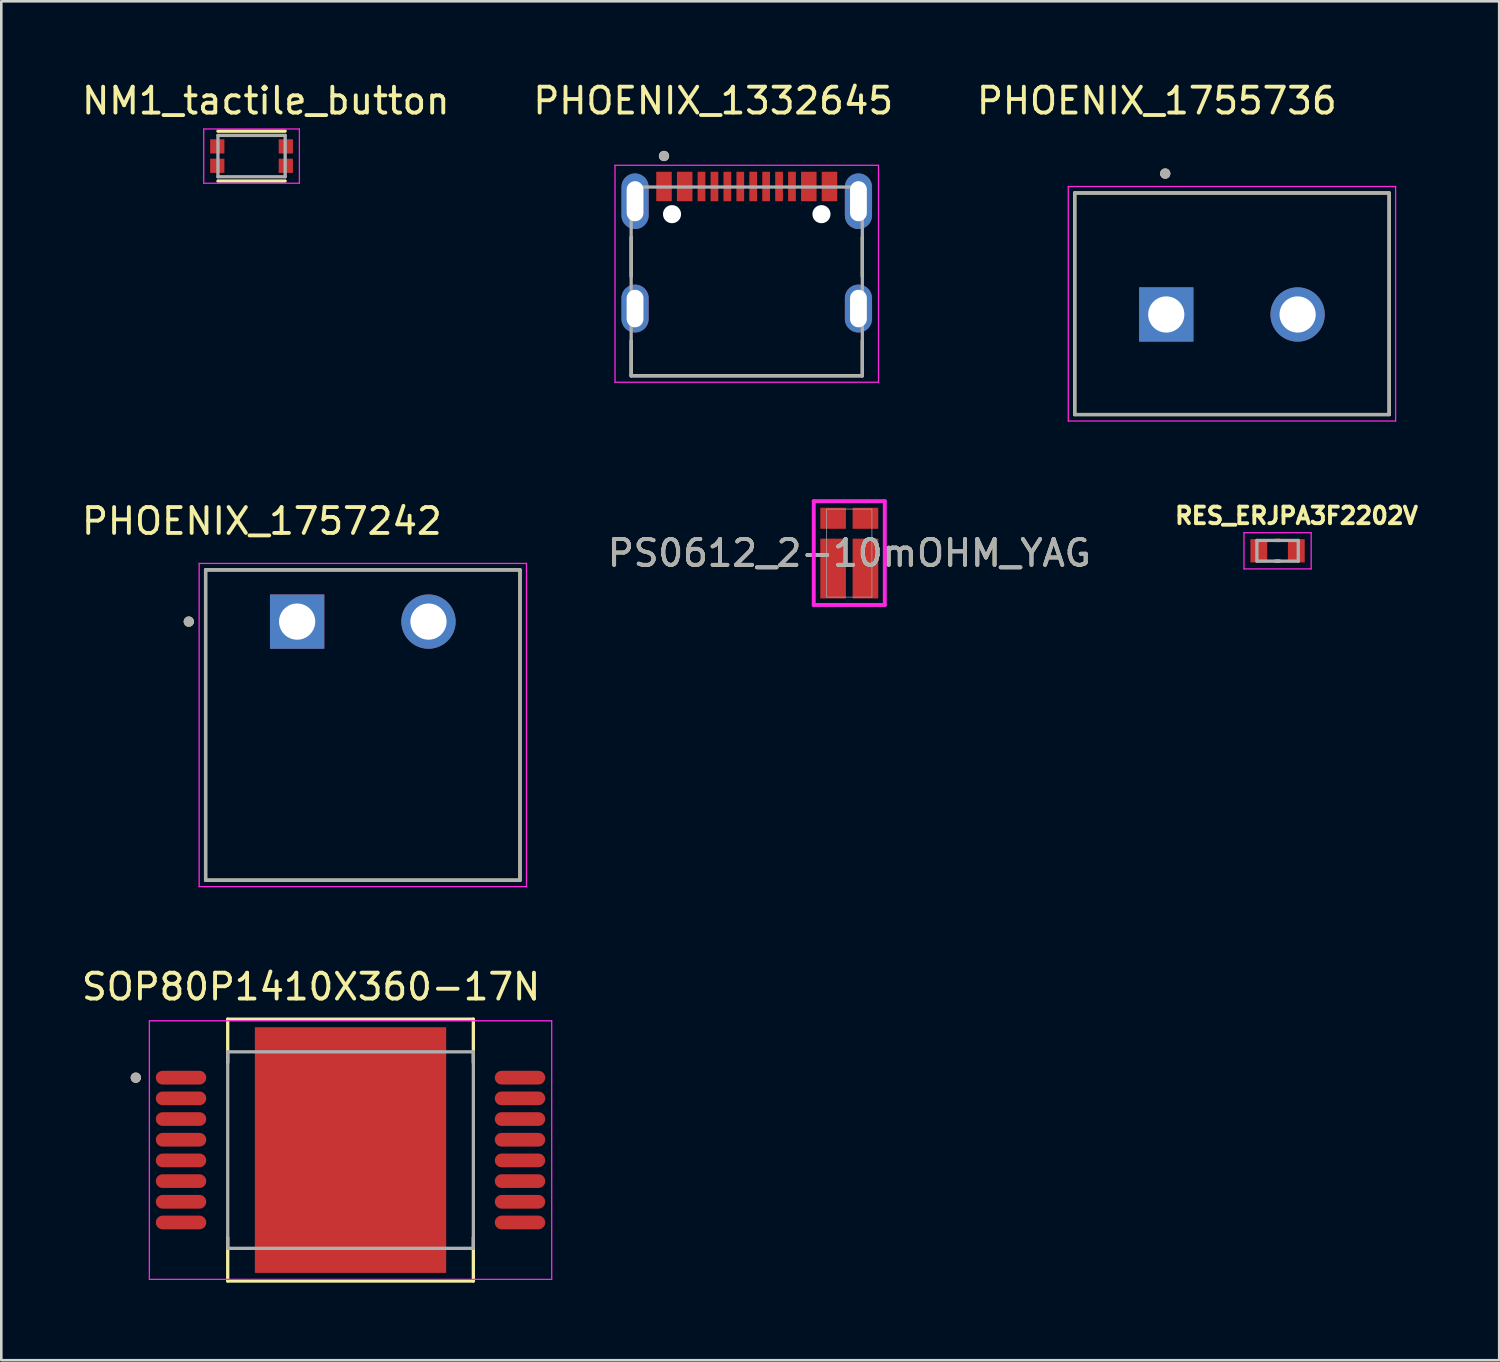
<source format=kicad_pcb>
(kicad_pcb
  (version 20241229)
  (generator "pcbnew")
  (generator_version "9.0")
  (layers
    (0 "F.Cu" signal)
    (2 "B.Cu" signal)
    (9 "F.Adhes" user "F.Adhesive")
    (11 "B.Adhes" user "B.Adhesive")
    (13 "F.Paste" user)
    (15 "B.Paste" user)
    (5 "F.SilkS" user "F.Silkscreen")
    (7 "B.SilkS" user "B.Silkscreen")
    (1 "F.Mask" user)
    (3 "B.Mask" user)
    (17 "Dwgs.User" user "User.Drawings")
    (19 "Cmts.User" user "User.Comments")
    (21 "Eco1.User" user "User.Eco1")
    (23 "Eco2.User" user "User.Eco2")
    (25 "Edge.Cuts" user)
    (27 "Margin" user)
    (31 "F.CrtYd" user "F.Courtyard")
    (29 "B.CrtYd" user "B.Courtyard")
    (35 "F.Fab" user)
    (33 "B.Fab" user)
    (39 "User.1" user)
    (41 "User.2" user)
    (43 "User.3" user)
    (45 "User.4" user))
  (footprint "RES_ERJPA3F2202V"
    (layer "F.Cu")
    (at 46.361 18.252)
    (property "Reference" "RES_ERJPA3F2202V" (at 0.732 -1.356 0) (layer "F.SilkS") (effects (font (size 0.64 0.64) (thickness 0.15))))
    (attr smd)
    (fp_line (start -0.08 -0.4) (end 0.08 -0.4) (stroke (width 0.127) (type solid)) (layer "F.SilkS"))
    (fp_line (start -0.08 0.4) (end 0.08 0.4) (stroke (width 0.127) (type solid)) (layer "F.SilkS"))
    (fp_line (start -1.3 -0.7) (end -1.3 0.7) (stroke (width 0.05) (type solid)) (layer "F.CrtYd"))
    (fp_line (start -1.3 0.7) (end 1.3 0.7) (stroke (width 0.05) (type solid)) (layer "F.CrtYd"))
    (fp_line (start 1.3 -0.7) (end -1.3 -0.7) (stroke (width 0.05) (type solid)) (layer "F.CrtYd"))
    (fp_line (start 1.3 0.7) (end 1.3 -0.7) (stroke (width 0.05) (type solid)) (layer "F.CrtYd"))
    (fp_line (start -0.8 -0.4) (end -0.8 0.4) (stroke (width 0.127) (type solid)) (layer "F.Fab"))
    (fp_line (start -0.8 -0.4) (end 0.8 -0.4) (stroke (width 0.127) (type solid)) (layer "F.Fab"))
    (fp_line (start -0.8 0.4) (end 0.8 0.4) (stroke (width 0.127) (type solid)) (layer "F.Fab"))
    (fp_line (start 0.8 -0.4) (end 0.8 0.4) (stroke (width 0.127) (type solid)) (layer "F.Fab"))
    (pad "1" smd rect (at -0.725 0) (size 0.65 0.9) (layers "F.Cu" "F.Mask" "F.Paste"))
    (pad "2" smd rect (at 0.725 0) (size 0.65 0.9) (layers "F.Cu" "F.Mask" "F.Paste")))
  (footprint "PHOENIX_1332645"
    (layer "F.Cu")
    (at 21.361 11.483)
    (property "Reference" "PHOENIX_1332645" (at 3.175 -10.635 0) (layer "F.SilkS") (effects (font (size 1 1) (thickness 0.15))))
    (attr smd)
    (fp_line (start 0 -3.845) (end 0 -5.355) (stroke (width 0.127) (type solid)) (layer "F.SilkS"))
    (fp_line (start 0 0) (end 0 -1.355) (stroke (width 0.127) (type solid)) (layer "F.SilkS"))
    (fp_line (start 8.94 -3.845) (end 8.94 -5.355) (stroke (width 0.127) (type solid)) (layer "F.SilkS"))
    (fp_line (start 8.94 -1.355) (end 8.94 0) (stroke (width 0.127) (type solid)) (layer "F.SilkS"))
    (fp_line (start 8.94 0) (end 0 0) (stroke (width 0.127) (type solid)) (layer "F.SilkS"))
    (fp_circle (center 1.27 -8.5) (end 1.37 -8.5) (stroke (width 0.2) (type solid)) (fill no) (layer "F.SilkS"))
    (fp_line (start -0.625 -8.14) (end -0.625 0.25) (stroke (width 0.05) (type solid)) (layer "F.CrtYd"))
    (fp_line (start -0.625 0.25) (end 9.565 0.25) (stroke (width 0.05) (type solid)) (layer "F.CrtYd"))
    (fp_line (start 9.565 -8.14) (end -0.625 -8.14) (stroke (width 0.05) (type solid)) (layer "F.CrtYd"))
    (fp_line (start 9.565 0.25) (end 9.565 -8.14) (stroke (width 0.05) (type solid)) (layer "F.CrtYd"))
    (fp_line (start 0 -7.3) (end 8.94 -7.3) (stroke (width 0.127) (type solid)) (layer "F.Fab"))
    (fp_line (start 0 0) (end 0 -7.3) (stroke (width 0.127) (type solid)) (layer "F.Fab"))
    (fp_line (start 8.94 -7.3) (end 8.94 0) (stroke (width 0.127) (type solid)) (layer "F.Fab"))
    (fp_line (start 8.94 0) (end 0 0) (stroke (width 0.127) (type solid)) (layer "F.Fab"))
    (fp_circle (center 1.27 -8.5) (end 1.37 -8.5) (stroke (width 0.2) (type solid)) (fill no) (layer "F.Fab"))
    (pad "" np_thru_hole circle (at 1.58 -6.25) (size 0.7 0.7) (drill 0.7) (layers "*.Cu" "*.Mask"))
    (pad "" np_thru_hole circle (at 7.36 -6.25) (size 0.7 0.7) (drill 0.7) (layers "*.Cu" "*.Mask"))
    (pad "A1_B12" smd rect (at 1.27 -7.32) (size 0.6 1.14) (layers "F.Cu" "F.Mask" "F.Paste"))
    (pad "A4_B9" smd rect (at 2.07 -7.32) (size 0.6 1.14) (layers "F.Cu" "F.Mask" "F.Paste"))
    (pad "A5" smd rect (at 3.22 -7.32) (size 0.3 1.14) (layers "F.Cu" "F.Mask" "F.Paste"))
    (pad "A6" smd rect (at 4.22 -7.32) (size 0.3 1.14) (layers "F.Cu" "F.Mask" "F.Paste"))
    (pad "A7" smd rect (at 4.72 -7.32) (size 0.3 1.14) (layers "F.Cu" "F.Mask" "F.Paste"))
    (pad "A8" smd rect (at 5.72 -7.32) (size 0.3 1.14) (layers "F.Cu" "F.Mask" "F.Paste"))
    (pad "B1_A12" smd rect (at 7.67 -7.32) (size 0.6 1.14) (layers "F.Cu" "F.Mask" "F.Paste"))
    (pad "B4_A9" smd rect (at 6.87 -7.32) (size 0.6 1.14) (layers "F.Cu" "F.Mask" "F.Paste"))
    (pad "B5" smd rect (at 6.22 -7.32) (size 0.3 1.14) (layers "F.Cu" "F.Mask" "F.Paste"))
    (pad "B6" smd rect (at 5.22 -7.32) (size 0.3 1.14) (layers "F.Cu" "F.Mask" "F.Paste"))
    (pad "B7" smd rect (at 3.72 -7.32) (size 0.3 1.14) (layers "F.Cu" "F.Mask" "F.Paste"))
    (pad "B8" smd rect (at 2.72 -7.32) (size 0.3 1.14) (layers "F.Cu" "F.Mask" "F.Paste"))
    (pad "SH1" thru_hole oval (at 0.15 -6.75) (size 1.05 2.15) (drill oval 0.65 1.55) (layers "*.Cu" "*.Mask"))
    (pad "SH2" thru_hole oval (at 8.79 -6.75) (size 1.05 2.15) (drill oval 0.65 1.55) (layers "*.Cu" "*.Mask"))
    (pad "SH3" thru_hole oval (at 0.15 -2.6) (size 1.05 1.85) (drill oval 0.65 1.45) (layers "*.Cu" "*.Mask"))
    (pad "SH4" thru_hole oval (at 8.79 -2.6) (size 1.05 1.85) (drill oval 0.65 1.45) (layers "*.Cu" "*.Mask")))
  (footprint "PHOENIX_1755736"
    (layer "F.Cu")
    (at 38.516 12.983)
    (property "Reference" "PHOENIX_1755736" (at 3.175 -12.135 0) (layer "F.SilkS") (effects (font (size 1 1) (thickness 0.15))))
    (attr through_hole)
    (fp_line (start 0 -8.57) (end 12.16 -8.57) (stroke (width 0.127) (type solid)) (layer "F.SilkS"))
    (fp_line (start 0 0) (end 0 -8.57) (stroke (width 0.127) (type solid)) (layer "F.SilkS"))
    (fp_line (start 12.16 -8.57) (end 12.16 0) (stroke (width 0.127) (type solid)) (layer "F.SilkS"))
    (fp_line (start 12.16 0) (end 0 0) (stroke (width 0.127) (type solid)) (layer "F.SilkS"))
    (fp_circle (center 3.5 -9.32) (end 3.6 -9.32) (stroke (width 0.2) (type solid)) (fill no) (layer "F.SilkS"))
    (fp_line (start -0.25 -8.82) (end 12.41 -8.82) (stroke (width 0.05) (type solid)) (layer "F.CrtYd"))
    (fp_line (start -0.25 0.25) (end -0.25 -8.82) (stroke (width 0.05) (type solid)) (layer "F.CrtYd"))
    (fp_line (start 12.41 -8.82) (end 12.41 0.25) (stroke (width 0.05) (type solid)) (layer "F.CrtYd"))
    (fp_line (start 12.41 0.25) (end -0.25 0.25) (stroke (width 0.05) (type solid)) (layer "F.CrtYd"))
    (fp_line (start 0 -8.57) (end 12.16 -8.57) (stroke (width 0.127) (type solid)) (layer "F.Fab"))
    (fp_line (start 0 0) (end 0 -8.57) (stroke (width 0.127) (type solid)) (layer "F.Fab"))
    (fp_line (start 12.16 -8.57) (end 12.16 0) (stroke (width 0.127) (type solid)) (layer "F.Fab"))
    (fp_line (start 12.16 0) (end 0 0) (stroke (width 0.127) (type solid)) (layer "F.Fab"))
    (fp_circle (center 3.5 -9.32) (end 3.6 -9.32) (stroke (width 0.2) (type solid)) (fill no) (layer "F.Fab"))
    (pad "1" thru_hole rect (at 3.54 -3.87) (size 2.1 2.1) (drill 1.4) (layers "*.Cu" "*.Mask"))
    (pad "2" thru_hole circle (at 8.62 -3.87) (size 2.1 2.1) (drill 1.4) (layers "*.Cu" "*.Mask")))
  (footprint "NM1_tactile_button"
    (layer "F.Cu")
    (at 6.679 2.987)
    (property "Reference" "NM1_tactile_button" (at 0.551 -2.138 0) (layer "F.SilkS") (effects (font (size 1.001 1.001) (thickness 0.15))))
    (attr smd)
    (fp_line (start -1.3 -0.964) (end 1.3 -0.964) (stroke (width 0.127) (type solid)) (layer "F.SilkS"))
    (fp_line (start -1.3 0.964) (end 1.3 0.964) (stroke (width 0.127) (type solid)) (layer "F.SilkS"))
    (fp_poly (pts (xy -1.55 -0.6) (xy -1.1 -0.6) (xy -1.1 -0.15) (xy -1.55 -0.15)) (stroke (width 0.01) (type solid)) (fill yes) (layer "F.Paste"))
    (fp_poly (pts (xy -1.55 0.15) (xy -1.1 0.15) (xy -1.1 0.6) (xy -1.55 0.6)) (stroke (width 0.01) (type solid)) (fill yes) (layer "F.Paste"))
    (fp_poly (pts (xy 1.1 -0.6) (xy 1.55 -0.6) (xy 1.55 -0.15) (xy 1.1 -0.15)) (stroke (width 0.01) (type solid)) (fill yes) (layer "F.Paste"))
    (fp_poly (pts (xy 1.1 0.15) (xy 1.55 0.15) (xy 1.55 0.6) (xy 1.1 0.6)) (stroke (width 0.01) (type solid)) (fill yes) (layer "F.Paste"))
    (fp_line (start -1.85 -1.05) (end 1.85 -1.05) (stroke (width 0.05) (type solid)) (layer "F.CrtYd"))
    (fp_line (start -1.85 1.05) (end -1.85 -1.05) (stroke (width 0.05) (type solid)) (layer "F.CrtYd"))
    (fp_line (start 1.85 -1.05) (end 1.85 1.05) (stroke (width 0.05) (type solid)) (layer "F.CrtYd"))
    (fp_line (start 1.85 1.05) (end -1.85 1.05) (stroke (width 0.05) (type solid)) (layer "F.CrtYd"))
    (fp_line (start -1.3 -0.8) (end 1.3 -0.8) (stroke (width 0.127) (type solid)) (layer "F.Fab"))
    (fp_line (start -1.3 0.8) (end -1.3 -0.8) (stroke (width 0.127) (type solid)) (layer "F.Fab"))
    (fp_line (start 1.3 -0.8) (end 1.3 0.8) (stroke (width 0.127) (type solid)) (layer "F.Fab"))
    (fp_line (start 1.3 0.8) (end -1.3 0.8) (stroke (width 0.127) (type solid)) (layer "F.Fab"))
    (pad "A1" smd rect (at -1.325 -0.375) (size 0.55 0.55) (layers "F.Cu" "F.Mask"))
    (pad "A2" smd rect (at -1.325 0.375) (size 0.55 0.55) (layers "F.Cu" "F.Mask"))
    (pad "B1" smd rect (at 1.325 -0.375) (size 0.55 0.55) (layers "F.Cu" "F.Mask"))
    (pad "B2" smd rect (at 1.325 0.375) (size 0.55 0.55) (layers "F.Cu" "F.Mask"))
    (zone (net_name "") (layer "F.Cu") (hatch full 0.508) (connect_pads) (min_thickness 0.01) (filled_areas_thickness no) (keepout (tracks not_allowed) (vias not_allowed) (pads not_allowed) (copperpour not_allowed) (footprints allowed)) (placement (enabled no)) (fill) (polygon (pts (xy 5.676 2.187) (xy 7.679 2.187) (xy 7.679 3.789) (xy 5.676 3.789)))))
  (footprint "PHOENIX_1757242"
    (layer "F.Cu")
    (at 4.902 30.991)
    (property "Reference" "PHOENIX_1757242" (at 2.175 -13.885 0) (layer "F.SilkS") (effects (font (size 1 1) (thickness 0.15))))
    (attr through_hole)
    (fp_line (start 0 0) (end 0 -12) (stroke (width 0.127) (type solid)) (layer "F.SilkS"))
    (fp_line (start 12.16 -12) (end 0 -12) (stroke (width 0.127) (type solid)) (layer "F.SilkS"))
    (fp_line (start 12.16 -12) (end 12.16 0) (stroke (width 0.127) (type solid)) (layer "F.SilkS"))
    (fp_line (start 12.16 0) (end 0 0) (stroke (width 0.127) (type solid)) (layer "F.SilkS"))
    (fp_circle (center -0.65 -10) (end -0.55 -10) (stroke (width 0.2) (type solid)) (fill no) (layer "F.SilkS"))
    (fp_line (start -0.25 -12.25) (end 12.41 -12.25) (stroke (width 0.05) (type solid)) (layer "F.CrtYd"))
    (fp_line (start -0.25 0.25) (end -0.25 -12.25) (stroke (width 0.05) (type solid)) (layer "F.CrtYd"))
    (fp_line (start 12.41 -12.25) (end 12.41 0.25) (stroke (width 0.05) (type solid)) (layer "F.CrtYd"))
    (fp_line (start 12.41 0.25) (end -0.25 0.25) (stroke (width 0.05) (type solid)) (layer "F.CrtYd"))
    (fp_line (start 0 -12) (end 12.16 -12) (stroke (width 0.127) (type solid)) (layer "F.Fab"))
    (fp_line (start 0 0) (end 0 -12) (stroke (width 0.127) (type solid)) (layer "F.Fab"))
    (fp_line (start 12.16 -12) (end 12.16 0) (stroke (width 0.127) (type solid)) (layer "F.Fab"))
    (fp_line (start 12.16 0) (end 0 0) (stroke (width 0.127) (type solid)) (layer "F.Fab"))
    (fp_circle (center -0.65 -10) (end -0.55 -10) (stroke (width 0.2) (type solid)) (fill no) (layer "F.Fab"))
    (pad "01" thru_hole rect (at 3.54 -10) (size 2.1 2.1) (drill 1.4) (layers "*.Cu" "*.Mask"))
    (pad "02" thru_hole circle (at 8.62 -10) (size 2.1 2.1) (drill 1.4) (layers "*.Cu" "*.Mask")))
  (footprint "PS0612_2-10mOHM_YAG"
    (layer "F.Cu")
    (at 29.796 18.341)
    (property "Reference" "PS0612_2-10mOHM_YAG" (at 0 0 0) (unlocked yes) (layer "F.SilkS") (effects (font (size 1 1) (thickness 0.15))))
    (attr smd)
    (fp_line (start -1.374 -2.007) (end 1.374 -2.007) (stroke (width 0.152) (type solid)) (layer "F.CrtYd"))
    (fp_line (start -1.374 2.007) (end -1.374 -2.007) (stroke (width 0.152) (type solid)) (layer "F.CrtYd"))
    (fp_line (start 1.374 -2.007) (end 1.374 2.007) (stroke (width 0.152) (type solid)) (layer "F.CrtYd"))
    (fp_line (start 1.374 2.007) (end -1.374 2.007) (stroke (width 0.152) (type solid)) (layer "F.CrtYd"))
    (fp_line (start -0.876 -1.702) (end -0.876 1.702) (stroke (width 0.025) (type solid)) (layer "F.Fab"))
    (fp_line (start -0.876 1.702) (end 0.876 1.702) (stroke (width 0.025) (type solid)) (layer "F.Fab"))
    (fp_line (start 0.876 -1.702) (end -0.876 -1.702) (stroke (width 0.025) (type solid)) (layer "F.Fab"))
    (fp_line (start 0.876 1.702) (end 0.876 -1.702) (stroke (width 0.025) (type solid)) (layer "F.Fab"))
    (fp_text user "${REFERENCE}" (at 0 0 0) (unlocked yes) (layer "F.Fab") (effects (font (size 1 1) (thickness 0.15))))
    (pad "1" smd rect (at -0.625 0.597) (size 0.991 2.311) (layers "F.Cu" "F.Mask" "F.Paste"))
    (pad "2" smd rect (at -0.625 -1.346) (size 0.991 0.813) (layers "F.Cu" "F.Mask" "F.Paste"))
    (pad "3" smd rect (at 0.625 -1.346) (size 0.991 0.813) (layers "F.Cu" "F.Mask" "F.Paste"))
    (pad "4" smd rect (at 0.625 0.597) (size 0.991 2.311) (layers "F.Cu" "F.Mask" "F.Paste"))
    (zone (net_name "") (layer "F.Cu") (hatch full 0.508) (connect_pads) (min_thickness 0.254) (filled_areas_thickness no) (keepout (tracks not_allowed) (vias not_allowed) (pads allowed) (copperpour not_allowed) (footprints allowed)) (placement (enabled no)) (fill) (polygon (pts (xy 29.717 16.69) (xy 29.875 16.69) (xy 29.875 19.992) (xy 29.717 19.992)))))
  (footprint "SOP80P1410X360-17N"
    (layer "F.Cu")
    (at 10.507 41.43)
    (property "Reference" "SOP80P1410X360-17N" (at -1.525 -6.315 0) (layer "F.SilkS") (effects (font (size 1 1) (thickness 0.15))))
    (attr smd)
    (fp_line (start -4.75 -5.064) (end -4.75 -3.379) (stroke (width 0.127) (type solid)) (layer "F.SilkS"))
    (fp_line (start -4.75 -5.064) (end 4.75 -5.064) (stroke (width 0.127) (type solid)) (layer "F.SilkS"))
    (fp_line (start -4.75 5.064) (end -4.75 3.379) (stroke (width 0.127) (type solid)) (layer "F.SilkS"))
    (fp_line (start 4.75 -5.064) (end 4.75 -3.379) (stroke (width 0.127) (type solid)) (layer "F.SilkS"))
    (fp_line (start 4.75 5.064) (end -4.75 5.064) (stroke (width 0.127) (type solid)) (layer "F.SilkS"))
    (fp_line (start 4.75 5.064) (end 4.75 3.379) (stroke (width 0.127) (type solid)) (layer "F.SilkS"))
    (fp_circle (center -8.305 -2.8) (end -8.205 -2.8) (stroke (width 0.2) (type solid)) (fill no) (layer "F.SilkS"))
    (fp_poly (pts (xy -3.3 -4.505) (xy -1.64 -4.505) (xy -1.64 -3.095) (xy -3.3 -3.095)) (stroke (width 0.01) (type solid)) (fill yes) (layer "F.Paste"))
    (fp_poly (pts (xy -3.3 -2.605) (xy -1.64 -2.605) (xy -1.64 -1.195) (xy -3.3 -1.195)) (stroke (width 0.01) (type solid)) (fill yes) (layer "F.Paste"))
    (fp_poly (pts (xy -3.3 -0.705) (xy -1.64 -0.705) (xy -1.64 0.705) (xy -3.3 0.705)) (stroke (width 0.01) (type solid)) (fill yes) (layer "F.Paste"))
    (fp_poly (pts (xy -3.3 1.195) (xy -1.64 1.195) (xy -1.64 2.605) (xy -3.3 2.605)) (stroke (width 0.01) (type solid)) (fill yes) (layer "F.Paste"))
    (fp_poly (pts (xy -3.3 3.095) (xy -1.64 3.095) (xy -1.64 4.505) (xy -3.3 4.505)) (stroke (width 0.01) (type solid)) (fill yes) (layer "F.Paste"))
    (fp_poly (pts (xy -0.83 -4.505) (xy 0.83 -4.505) (xy 0.83 -3.095) (xy -0.83 -3.095)) (stroke (width 0.01) (type solid)) (fill yes) (layer "F.Paste"))
    (fp_poly (pts (xy -0.83 -2.605) (xy 0.83 -2.605) (xy 0.83 -1.195) (xy -0.83 -1.195)) (stroke (width 0.01) (type solid)) (fill yes) (layer "F.Paste"))
    (fp_poly (pts (xy -0.83 -0.705) (xy 0.83 -0.705) (xy 0.83 0.705) (xy -0.83 0.705)) (stroke (width 0.01) (type solid)) (fill yes) (layer "F.Paste"))
    (fp_poly (pts (xy -0.83 1.195) (xy 0.83 1.195) (xy 0.83 2.605) (xy -0.83 2.605)) (stroke (width 0.01) (type solid)) (fill yes) (layer "F.Paste"))
    (fp_poly (pts (xy -0.83 3.095) (xy 0.83 3.095) (xy 0.83 4.505) (xy -0.83 4.505)) (stroke (width 0.01) (type solid)) (fill yes) (layer "F.Paste"))
    (fp_poly (pts (xy 1.64 -4.505) (xy 3.3 -4.505) (xy 3.3 -3.095) (xy 1.64 -3.095)) (stroke (width 0.01) (type solid)) (fill yes) (layer "F.Paste"))
    (fp_poly (pts (xy 1.64 -2.605) (xy 3.3 -2.605) (xy 3.3 -1.195) (xy 1.64 -1.195)) (stroke (width 0.01) (type solid)) (fill yes) (layer "F.Paste"))
    (fp_poly (pts (xy 1.64 -0.705) (xy 3.3 -0.705) (xy 3.3 0.705) (xy 1.64 0.705)) (stroke (width 0.01) (type solid)) (fill yes) (layer "F.Paste"))
    (fp_poly (pts (xy 1.64 1.195) (xy 3.3 1.195) (xy 3.3 2.605) (xy 1.64 2.605)) (stroke (width 0.01) (type solid)) (fill yes) (layer "F.Paste"))
    (fp_poly (pts (xy 1.64 3.095) (xy 3.3 3.095) (xy 3.3 4.505) (xy 1.64 4.505)) (stroke (width 0.01) (type solid)) (fill yes) (layer "F.Paste"))
    (fp_line (start -7.78 -5) (end -7.78 5) (stroke (width 0.05) (type solid)) (layer "F.CrtYd"))
    (fp_line (start -7.78 5) (end 7.78 5) (stroke (width 0.05) (type solid)) (layer "F.CrtYd"))
    (fp_line (start 7.78 -5) (end -7.78 -5) (stroke (width 0.05) (type solid)) (layer "F.CrtYd"))
    (fp_line (start 7.78 5) (end 7.78 -5) (stroke (width 0.05) (type solid)) (layer "F.CrtYd"))
    (fp_line (start -4.75 -3.8) (end -4.75 3.8) (stroke (width 0.127) (type solid)) (layer "F.Fab"))
    (fp_line (start -4.75 3.8) (end 4.75 3.8) (stroke (width 0.127) (type solid)) (layer "F.Fab"))
    (fp_line (start 4.75 -3.8) (end -4.75 -3.8) (stroke (width 0.127) (type solid)) (layer "F.Fab"))
    (fp_line (start 4.75 3.8) (end 4.75 -3.8) (stroke (width 0.127) (type solid)) (layer "F.Fab"))
    (fp_circle (center -8.305 -2.8) (end -8.205 -2.8) (stroke (width 0.2) (type solid)) (fill no) (layer "F.Fab"))
    (pad "1" smd oval (at -6.555 -2.8) (size 1.95 0.53) (layers "F.Cu" "F.Mask" "F.Paste"))
    (pad "2" smd oval (at -6.555 -2) (size 1.95 0.53) (layers "F.Cu" "F.Mask" "F.Paste"))
    (pad "3" smd oval (at -6.555 -1.2) (size 1.95 0.53) (layers "F.Cu" "F.Mask" "F.Paste"))
    (pad "4" smd oval (at -6.555 -0.4) (size 1.95 0.53) (layers "F.Cu" "F.Mask" "F.Paste"))
    (pad "5" smd oval (at -6.555 0.4) (size 1.95 0.53) (layers "F.Cu" "F.Mask" "F.Paste"))
    (pad "6" smd oval (at -6.555 1.2) (size 1.95 0.53) (layers "F.Cu" "F.Mask" "F.Paste"))
    (pad "7" smd oval (at -6.555 2) (size 1.95 0.53) (layers "F.Cu" "F.Mask" "F.Paste"))
    (pad "8" smd oval (at -6.555 2.8) (size 1.95 0.53) (layers "F.Cu" "F.Mask" "F.Paste"))
    (pad "9" smd oval (at 6.555 2.8) (size 1.95 0.53) (layers "F.Cu" "F.Mask" "F.Paste"))
    (pad "10" smd oval (at 6.555 2) (size 1.95 0.53) (layers "F.Cu" "F.Mask" "F.Paste"))
    (pad "11" smd oval (at 6.555 1.2) (size 1.95 0.53) (layers "F.Cu" "F.Mask" "F.Paste"))
    (pad "12" smd oval (at 6.555 0.4) (size 1.95 0.53) (layers "F.Cu" "F.Mask" "F.Paste"))
    (pad "13" smd oval (at 6.555 -0.4) (size 1.95 0.53) (layers "F.Cu" "F.Mask" "F.Paste"))
    (pad "14" smd oval (at 6.555 -1.2) (size 1.95 0.53) (layers "F.Cu" "F.Mask" "F.Paste"))
    (pad "15" smd oval (at 6.555 -2) (size 1.95 0.53) (layers "F.Cu" "F.Mask" "F.Paste"))
    (pad "16" smd oval (at 6.555 -2.8) (size 1.95 0.53) (layers "F.Cu" "F.Mask" "F.Paste"))
    (pad "17" smd rect (at 0 0) (size 7.4 9.5) (layers "F.Cu" "F.Mask")))
  (gr_rect
    (start -3 -3)
    (end 54.932 49.557)
    (stroke (width 0.1) (type default))
    (fill no)
    (layer "Edge.Cuts")))
</source>
